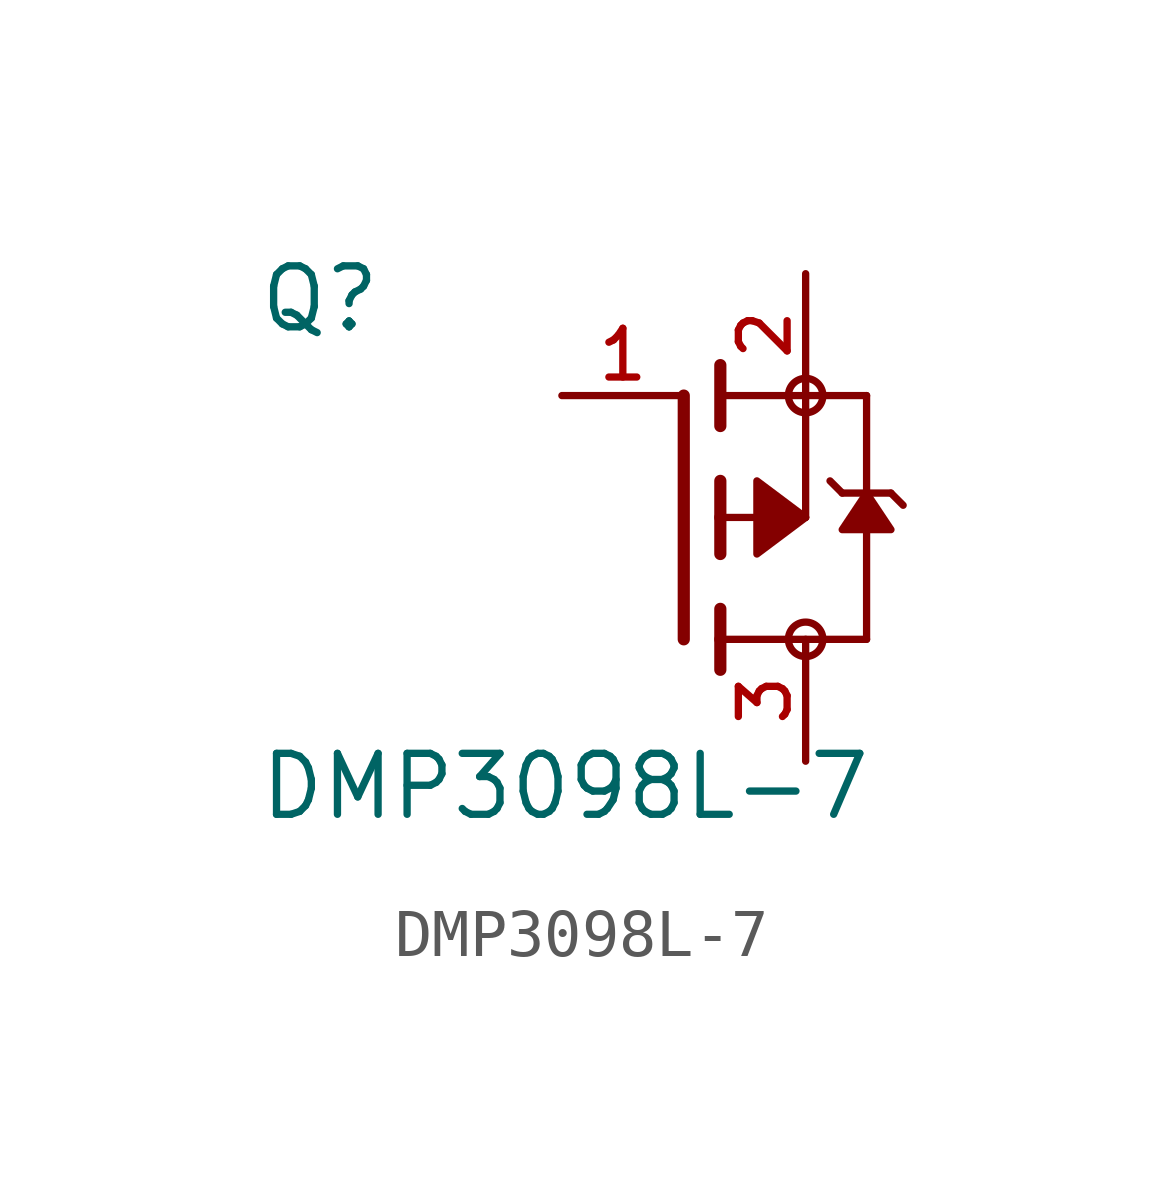
<source format=kicad_sym>
(kicad_symbol_lib
  (version 20211014)
  (generator kicad_symbol_editor)
  (symbol "DMP3098L-7"
    (pin_names
      (offset 1.016))
    (property "Reference" "Q"
      (at -8.89 3.81 0)
      (effects (font (size 1.27 1.27)) (justify bottom left)))
    (property "Value" "DMP3098L-7"
      (at -8.89 -6.35 0)
      (effects (font (size 1.27 1.27)) (justify bottom left)))
    (symbol "DMP3098L-7_0_0"
      (polyline (pts (xy 0.762 -0.762) (xy 0.762 0.0)) (stroke (width 0.254)))
      (polyline (pts (xy 0.762 0.0) (xy 0.762 0.762)) (stroke (width 0.254)))
      (polyline (pts (xy 0.762 -3.175) (xy 0.762 -2.54)) (stroke (width 0.254)))
      (polyline (pts (xy 0.762 -2.54) (xy 0.762 -1.905)) (stroke (width 0.254)))
      (polyline (pts (xy 0.762 0.0) (xy 2.54 0.0)) (stroke (width 0.152)))
      (polyline (pts (xy 2.54 0.0) (xy 2.54 2.54)) (stroke (width 0.152)))
      (polyline (pts (xy 0.762 1.905) (xy 0.762 3.175)) (stroke (width 0.254)))
      (polyline (pts (xy 0.0 -2.54) (xy 0.0 2.54)) (stroke (width 0.254)))
      (polyline (pts (xy 3.81 2.54) (xy 0.762 2.54)) (stroke (width 0.152)))
      (polyline (pts (xy 3.81 -2.54) (xy 3.81 0.508)) (stroke (width 0.152)))
      (polyline (pts (xy 3.81 0.508) (xy 3.81 2.54)) (stroke (width 0.152)))
      (polyline (pts (xy 0.762 -2.54) (xy 3.81 -2.54)) (stroke (width 0.152)))
      (polyline (pts (xy 3.048 0.762) (xy 3.302 0.508)) (stroke (width 0.152)))
      (polyline (pts (xy 3.302 0.508) (xy 3.81 0.508)) (stroke (width 0.152)))
      (polyline (pts (xy 3.81 0.508) (xy 4.318 0.508)) (stroke (width 0.152)))
      (polyline (pts (xy 4.318 0.508) (xy 4.572 0.254)) (stroke (width 0.152)))
      (circle (center 2.54 2.54) (radius 0.359) (stroke (width 0.0)) (fill (type none)))
      (circle (center 2.54 -2.54) (radius 0.359) (stroke (width 0.0)) (fill (type none)))
      (polyline (pts (xy 3.81 0.508) (xy 4.318 -0.254) (xy 3.302 -0.254) (xy 3.81 0.508)) (stroke (width 0.152)) (fill (type outline)))
      (polyline (pts (xy 2.54 0.0) (xy 1.524 0.762) (xy 1.524 -0.762) (xy 2.54 0.0)) (stroke (width 0.152)) (fill (type outline)))
      (pin passive line (at 2.54 5.08 270.0) (length 2.54) (name "~" (effects (font (size 1.016 1.016)))) (number "2" (effects (font (size 1.016 1.016)))))
      (pin passive line (at -2.54 2.54 0) (length 2.54) (name "~" (effects (font (size 1.016 1.016)))) (number "1" (effects (font (size 1.016 1.016)))))
      (pin passive line (at 2.54 -5.08 90.0) (length 2.54) (name "~" (effects (font (size 1.016 1.016)))) (number "3" (effects (font (size 1.016 1.016))))))))
</source>
